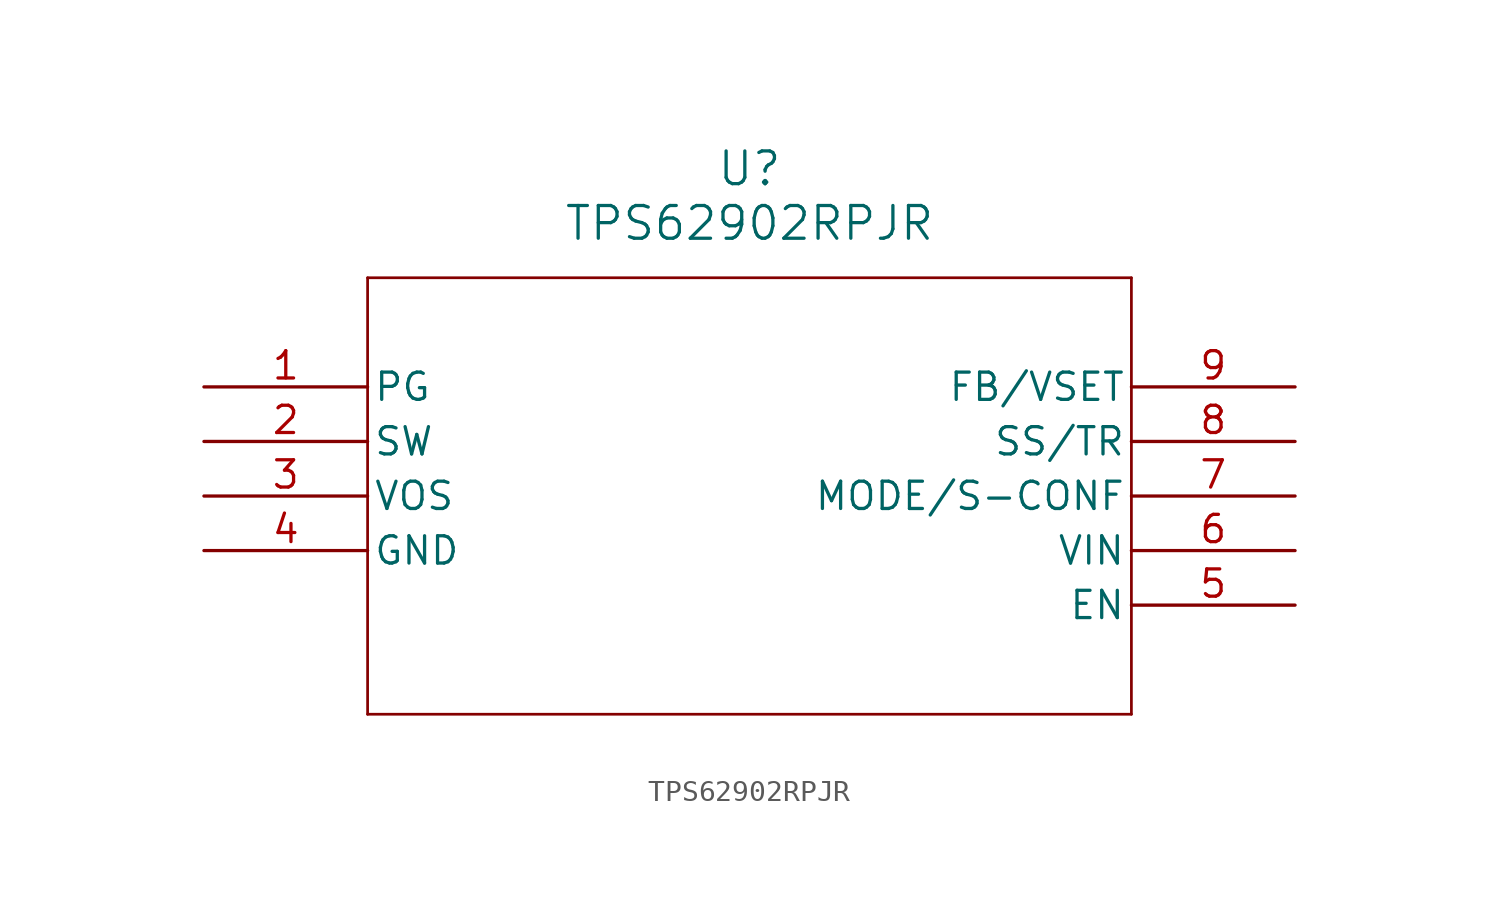
<source format=kicad_sym>
(kicad_symbol_lib
  (version 20211014)
  (generator kicad_symbol_editor)
  (symbol "TPS62902RPJR"
    (pin_names
      (offset 0.254))
    (property "Reference" "U"
      (at 25.4 10.16 0)
      (effects (font (size 1.524 1.524))))
    (property "Value" "TPS62902RPJR"
      (at 25.4 7.62 0)
      (effects (font (size 1.524 1.524))))
    (symbol "TPS62902RPJR_0_1"
      (polyline (pts (xy 7.62 5.08) (xy 7.62 -15.24)) (stroke (width 0.127) (type default) (color 0 0 0 0)) (fill (type none)))
      (polyline (pts (xy 7.62 -15.24) (xy 43.18 -15.24)) (stroke (width 0.127) (type default) (color 0 0 0 0)) (fill (type none)))
      (polyline (pts (xy 43.18 -15.24) (xy 43.18 5.08)) (stroke (width 0.127) (type default) (color 0 0 0 0)) (fill (type none)))
      (polyline (pts (xy 43.18 5.08) (xy 7.62 5.08)) (stroke (width 0.127) (type default) (color 0 0 0 0)) (fill (type none)))
      (pin unspecified line (at 0 0 0) (length 7.62) (name "PG" (effects (font (size 1.27 1.27)))) (number "1" (effects (font (size 1.27 1.27)))))
      (pin unspecified line (at 0 -2.54 0) (length 7.62) (name "SW" (effects (font (size 1.27 1.27)))) (number "2" (effects (font (size 1.27 1.27)))))
      (pin unspecified line (at 0 -5.08 0) (length 7.62) (name "VOS" (effects (font (size 1.27 1.27)))) (number "3" (effects (font (size 1.27 1.27)))))
      (pin power_out line (at 0 -7.62 0) (length 7.62) (name "GND" (effects (font (size 1.27 1.27)))) (number "4" (effects (font (size 1.27 1.27)))))
      (pin unspecified line (at 50.8 -10.16 180) (length 7.62) (name "EN" (effects (font (size 1.27 1.27)))) (number "5" (effects (font (size 1.27 1.27)))))
      (pin unspecified line (at 50.8 -7.62 180) (length 7.62) (name "VIN" (effects (font (size 1.27 1.27)))) (number "6" (effects (font (size 1.27 1.27)))))
      (pin unspecified line (at 50.8 -5.08 180) (length 7.62) (name "MODE/S-CONF" (effects (font (size 1.27 1.27)))) (number "7" (effects (font (size 1.27 1.27)))))
      (pin unspecified line (at 50.8 -2.54 180) (length 7.62) (name "SS/TR" (effects (font (size 1.27 1.27)))) (number "8" (effects (font (size 1.27 1.27)))))
      (pin unspecified line (at 50.8 0 180) (length 7.62) (name "FB/VSET" (effects (font (size 1.27 1.27)))) (number "9" (effects (font (size 1.27 1.27))))))))
</source>
